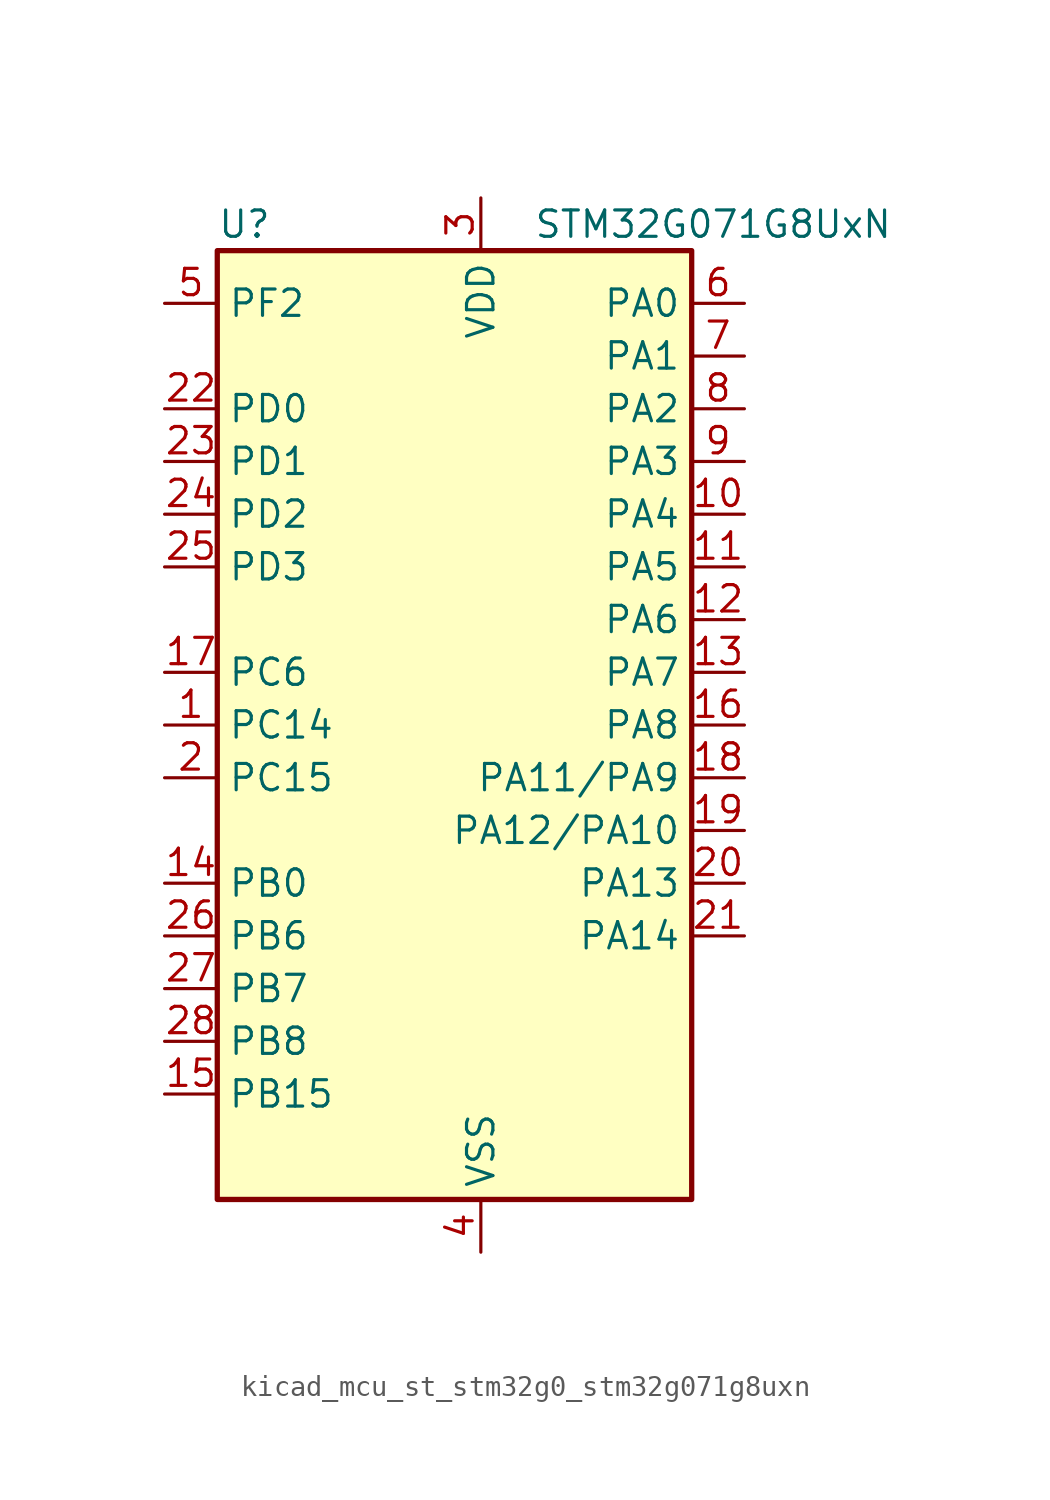
<source format=kicad_sym>
(kicad_symbol_lib
  (version 20220914)
  (generator kicad_symbol_editor)
  (symbol "kicad_mcu_st_stm32g0_stm32g071g8uxn"
    (property "Reference" "U"
      (at -10.16 24.13 0)
      (effects (font (size 1.27 1.27)) (justify left)))
    (property "Value" "STM32G071G8UxN"
      (at 5.08 24.13 0)
      (effects (font (size 1.27 1.27)) (justify left)))
    (property "ki_locked" ""
      (at 0 0 0)
      (effects (font (size 1.27 1.27))))
    (symbol "kicad_mcu_st_stm32g0_stm32g071g8uxn_0_1"
      (rectangle (start -10.16 -22.86) (end 12.7 22.86) (stroke (width 0.254) (type default)) (fill (type background))))
    (symbol "kicad_mcu_st_stm32g0_stm32g071g8uxn_1_1"
      (pin bidirectional line (at -12.7 0 0) (length 2.54) (name "PC14" (effects (font (size 1.27 1.27)))) (number "1" (effects (font (size 1.27 1.27)))) (alternate "RCC_OSC32_IN" bidirectional line) (alternate "RCC_OSC_IN" bidirectional line) (alternate "TIM1_BK2" bidirectional line))
      (pin bidirectional line (at 15.24 10.16 180) (length 2.54) (name "PA4" (effects (font (size 1.27 1.27)))) (number "10" (effects (font (size 1.27 1.27)))) (alternate "ADC1_IN4" bidirectional line) (alternate "DAC1_OUT1" bidirectional line) (alternate "I2S1_WS" bidirectional line) (alternate "LPTIM2_OUT" bidirectional line) (alternate "RTC_OUT_ALARM" bidirectional line) (alternate "RTC_OUT_CALIB" bidirectional line) (alternate "RTC_TAMP_IN1" bidirectional line) (alternate "RTC_TS" bidirectional line) (alternate "SPI1_NSS" bidirectional line) (alternate "SPI2_MOSI" bidirectional line) (alternate "SYS_WKUP2" bidirectional line) (alternate "TIM14_CH1" bidirectional line) (alternate "UCPD2_FRSTX1" bidirectional line) (alternate "UCPD2_FRSTX2" bidirectional line))
      (pin bidirectional line (at 15.24 7.62 180) (length 2.54) (name "PA5" (effects (font (size 1.27 1.27)))) (number "11" (effects (font (size 1.27 1.27)))) (alternate "ADC1_IN5" bidirectional line) (alternate "CEC" bidirectional line) (alternate "DAC1_OUT2" bidirectional line) (alternate "I2S1_CK" bidirectional line) (alternate "LPTIM2_ETR" bidirectional line) (alternate "SPI1_SCK" bidirectional line) (alternate "TIM2_CH1" bidirectional line) (alternate "TIM2_ETR" bidirectional line) (alternate "UCPD1_FRSTX1" bidirectional line) (alternate "UCPD1_FRSTX2" bidirectional line) (alternate "USART3_TX" bidirectional line))
      (pin bidirectional line (at 15.24 5.08 180) (length 2.54) (name "PA6" (effects (font (size 1.27 1.27)))) (number "12" (effects (font (size 1.27 1.27)))) (alternate "ADC1_IN6" bidirectional line) (alternate "COMP1_OUT" bidirectional line) (alternate "I2S1_MCK" bidirectional line) (alternate "LPUART1_CTS" bidirectional line) (alternate "SPI1_MISO" bidirectional line) (alternate "TIM16_CH1" bidirectional line) (alternate "TIM1_BK" bidirectional line) (alternate "TIM3_CH1" bidirectional line) (alternate "USART3_CTS" bidirectional line) (alternate "USART3_NSS" bidirectional line))
      (pin bidirectional line (at 15.24 2.54 180) (length 2.54) (name "PA7" (effects (font (size 1.27 1.27)))) (number "13" (effects (font (size 1.27 1.27)))) (alternate "ADC1_IN7" bidirectional line) (alternate "COMP2_OUT" bidirectional line) (alternate "I2S1_SD" bidirectional line) (alternate "SPI1_MOSI" bidirectional line) (alternate "TIM14_CH1" bidirectional line) (alternate "TIM17_CH1" bidirectional line) (alternate "TIM1_CH1N" bidirectional line) (alternate "TIM3_CH2" bidirectional line) (alternate "UCPD1_FRSTX1" bidirectional line) (alternate "UCPD1_FRSTX2" bidirectional line))
      (pin bidirectional line (at -12.7 -7.62 0) (length 2.54) (name "PB0" (effects (font (size 1.27 1.27)))) (number "14" (effects (font (size 1.27 1.27)))) (alternate "ADC1_IN8" bidirectional line) (alternate "COMP1_OUT" bidirectional line) (alternate "I2S1_WS" bidirectional line) (alternate "LPTIM1_OUT" bidirectional line) (alternate "SPI1_NSS" bidirectional line) (alternate "TIM1_CH2N" bidirectional line) (alternate "TIM3_CH3" bidirectional line) (alternate "UCPD1_DBCC2" bidirectional line) (alternate "UCPD1_FRSTX1" bidirectional line) (alternate "UCPD1_FRSTX2" bidirectional line) (alternate "USART3_RX" bidirectional line))
      (pin bidirectional line (at -12.7 -17.78 0) (length 2.54) (name "PB15" (effects (font (size 1.27 1.27)))) (number "15" (effects (font (size 1.27 1.27)))) (alternate "RTC_REFIN" bidirectional line) (alternate "SPI2_MOSI" bidirectional line) (alternate "TIM15_CH1N" bidirectional line) (alternate "TIM15_CH2" bidirectional line) (alternate "TIM1_CH3N" bidirectional line) (alternate "UCPD1_CC2" bidirectional line))
      (pin bidirectional line (at 15.24 0 180) (length 2.54) (name "PA8" (effects (font (size 1.27 1.27)))) (number "16" (effects (font (size 1.27 1.27)))) (alternate "LPTIM2_OUT" bidirectional line) (alternate "RCC_MCO" bidirectional line) (alternate "SPI2_NSS" bidirectional line) (alternate "TIM1_CH1" bidirectional line) (alternate "UCPD1_CC1" bidirectional line))
      (pin bidirectional line (at -12.7 2.54 0) (length 2.54) (name "PC6" (effects (font (size 1.27 1.27)))) (number "17" (effects (font (size 1.27 1.27)))) (alternate "TIM2_CH3" bidirectional line) (alternate "TIM3_CH1" bidirectional line) (alternate "UCPD1_DBCC1" bidirectional line) (alternate "UCPD1_FRSTX1" bidirectional line) (alternate "UCPD1_FRSTX2" bidirectional line))
      (pin bidirectional line (at 15.24 -2.54 180) (length 2.54) (name "PA11/PA9" (effects (font (size 1.27 1.27)))) (number "18" (effects (font (size 1.27 1.27)))) (alternate "ADC1_EXTI11" bidirectional line) (alternate "COMP1_OUT" bidirectional line) (alternate "I2C2_SCL" bidirectional line) (alternate "I2S1_MCK" bidirectional line) (alternate "SPI1_MISO" bidirectional line) (alternate "TIM1_BK2" bidirectional line) (alternate "TIM1_CH4" bidirectional line) (alternate "USART1_CTS" bidirectional line) (alternate "USART1_NSS" bidirectional line))
      (pin bidirectional line (at 15.24 -5.08 180) (length 2.54) (name "PA12/PA10" (effects (font (size 1.27 1.27)))) (number "19" (effects (font (size 1.27 1.27)))) (alternate "COMP2_OUT" bidirectional line) (alternate "I2C2_SDA" bidirectional line) (alternate "I2S1_SD" bidirectional line) (alternate "I2S_CKIN" bidirectional line) (alternate "SPI1_MOSI" bidirectional line) (alternate "TIM1_ETR" bidirectional line) (alternate "USART1_CK" bidirectional line) (alternate "USART1_DE" bidirectional line) (alternate "USART1_RTS" bidirectional line))
      (pin bidirectional line (at -12.7 -2.54 0) (length 2.54) (name "PC15" (effects (font (size 1.27 1.27)))) (number "2" (effects (font (size 1.27 1.27)))) (alternate "RCC_OSC32_EN" bidirectional line) (alternate "RCC_OSC32_OUT" bidirectional line) (alternate "RCC_OSC_EN" bidirectional line) (alternate "TIM15_BK" bidirectional line))
      (pin bidirectional line (at 15.24 -7.62 180) (length 2.54) (name "PA13" (effects (font (size 1.27 1.27)))) (number "20" (effects (font (size 1.27 1.27)))) (alternate "IR_OUT" bidirectional line) (alternate "SYS_SWDIO" bidirectional line))
      (pin bidirectional line (at 15.24 -10.16 180) (length 2.54) (name "PA14" (effects (font (size 1.27 1.27)))) (number "21" (effects (font (size 1.27 1.27)))) (alternate "SYS_SWCLK" bidirectional line) (alternate "USART2_TX" bidirectional line))
      (pin bidirectional line (at -12.7 15.24 0) (length 2.54) (name "PD0" (effects (font (size 1.27 1.27)))) (number "22" (effects (font (size 1.27 1.27)))) (alternate "SPI2_NSS" bidirectional line) (alternate "TIM16_CH1" bidirectional line) (alternate "UCPD2_CC1" bidirectional line))
      (pin bidirectional line (at -12.7 12.7 0) (length 2.54) (name "PD1" (effects (font (size 1.27 1.27)))) (number "23" (effects (font (size 1.27 1.27)))) (alternate "SPI2_SCK" bidirectional line) (alternate "TIM17_CH1" bidirectional line) (alternate "UCPD2_DBCC1" bidirectional line))
      (pin bidirectional line (at -12.7 10.16 0) (length 2.54) (name "PD2" (effects (font (size 1.27 1.27)))) (number "24" (effects (font (size 1.27 1.27)))) (alternate "TIM1_CH1N" bidirectional line) (alternate "TIM3_ETR" bidirectional line) (alternate "UCPD2_CC2" bidirectional line) (alternate "USART3_CK" bidirectional line) (alternate "USART3_DE" bidirectional line) (alternate "USART3_RTS" bidirectional line))
      (pin bidirectional line (at -12.7 7.62 0) (length 2.54) (name "PD3" (effects (font (size 1.27 1.27)))) (number "25" (effects (font (size 1.27 1.27)))) (alternate "SPI2_MISO" bidirectional line) (alternate "TIM1_CH2N" bidirectional line) (alternate "UCPD2_DBCC2" bidirectional line) (alternate "USART2_CTS" bidirectional line) (alternate "USART2_NSS" bidirectional line))
      (pin bidirectional line (at -12.7 -10.16 0) (length 2.54) (name "PB6" (effects (font (size 1.27 1.27)))) (number "26" (effects (font (size 1.27 1.27)))) (alternate "COMP2_INP" bidirectional line) (alternate "I2C1_SCL" bidirectional line) (alternate "LPTIM1_ETR" bidirectional line) (alternate "SPI2_MISO" bidirectional line) (alternate "TIM16_CH1N" bidirectional line) (alternate "TIM1_CH3" bidirectional line) (alternate "USART1_TX" bidirectional line))
      (pin bidirectional line (at -12.7 -12.7 0) (length 2.54) (name "PB7" (effects (font (size 1.27 1.27)))) (number "27" (effects (font (size 1.27 1.27)))) (alternate "COMP2_INM" bidirectional line) (alternate "I2C1_SDA" bidirectional line) (alternate "LPTIM1_IN2" bidirectional line) (alternate "SPI2_MOSI" bidirectional line) (alternate "SYS_PVD_IN" bidirectional line) (alternate "TIM17_CH1N" bidirectional line) (alternate "USART1_RX" bidirectional line) (alternate "USART4_CTS" bidirectional line) (alternate "USART4_NSS" bidirectional line))
      (pin bidirectional line (at -12.7 -15.24 0) (length 2.54) (name "PB8" (effects (font (size 1.27 1.27)))) (number "28" (effects (font (size 1.27 1.27)))) (alternate "CEC" bidirectional line) (alternate "I2C1_SCL" bidirectional line) (alternate "SPI2_SCK" bidirectional line) (alternate "TIM15_BK" bidirectional line) (alternate "TIM16_CH1" bidirectional line) (alternate "USART3_TX" bidirectional line))
      (pin power_in line (at 2.54 25.4 270) (length 2.54) (name "VDD" (effects (font (size 1.27 1.27)))) (number "3" (effects (font (size 1.27 1.27)))))
      (pin power_in line (at 2.54 -25.4 90) (length 2.54) (name "VSS" (effects (font (size 1.27 1.27)))) (number "4" (effects (font (size 1.27 1.27)))))
      (pin bidirectional line (at -12.7 20.32 0) (length 2.54) (name "PF2" (effects (font (size 1.27 1.27)))) (number "5" (effects (font (size 1.27 1.27)))) (alternate "RCC_MCO" bidirectional line))
      (pin bidirectional line (at 15.24 20.32 180) (length 2.54) (name "PA0" (effects (font (size 1.27 1.27)))) (number "6" (effects (font (size 1.27 1.27)))) (alternate "ADC1_IN0" bidirectional line) (alternate "COMP1_INM" bidirectional line) (alternate "COMP1_OUT" bidirectional line) (alternate "LPTIM1_OUT" bidirectional line) (alternate "RTC_TAMP_IN2" bidirectional line) (alternate "SPI2_SCK" bidirectional line) (alternate "SYS_WKUP1" bidirectional line) (alternate "TIM2_CH1" bidirectional line) (alternate "TIM2_ETR" bidirectional line) (alternate "UCPD2_FRSTX1" bidirectional line) (alternate "UCPD2_FRSTX2" bidirectional line) (alternate "USART2_CTS" bidirectional line) (alternate "USART2_NSS" bidirectional line) (alternate "USART4_TX" bidirectional line))
      (pin bidirectional line (at 15.24 17.78 180) (length 2.54) (name "PA1" (effects (font (size 1.27 1.27)))) (number "7" (effects (font (size 1.27 1.27)))) (alternate "ADC1_IN1" bidirectional line) (alternate "COMP1_INP" bidirectional line) (alternate "I2C1_SMBA" bidirectional line) (alternate "I2S1_CK" bidirectional line) (alternate "SPI1_SCK" bidirectional line) (alternate "TIM15_CH1N" bidirectional line) (alternate "TIM2_CH2" bidirectional line) (alternate "USART2_CK" bidirectional line) (alternate "USART2_DE" bidirectional line) (alternate "USART2_RTS" bidirectional line) (alternate "USART4_RX" bidirectional line))
      (pin bidirectional line (at 15.24 15.24 180) (length 2.54) (name "PA2" (effects (font (size 1.27 1.27)))) (number "8" (effects (font (size 1.27 1.27)))) (alternate "ADC1_IN2" bidirectional line) (alternate "COMP2_INM" bidirectional line) (alternate "COMP2_OUT" bidirectional line) (alternate "I2S1_SD" bidirectional line) (alternate "LPUART1_TX" bidirectional line) (alternate "RCC_LSCO" bidirectional line) (alternate "SPI1_MOSI" bidirectional line) (alternate "SYS_WKUP4" bidirectional line) (alternate "TIM15_CH1" bidirectional line) (alternate "TIM2_CH3" bidirectional line) (alternate "UCPD1_FRSTX1" bidirectional line) (alternate "UCPD1_FRSTX2" bidirectional line) (alternate "USART2_TX" bidirectional line))
      (pin bidirectional line (at 15.24 12.7 180) (length 2.54) (name "PA3" (effects (font (size 1.27 1.27)))) (number "9" (effects (font (size 1.27 1.27)))) (alternate "ADC1_IN3" bidirectional line) (alternate "COMP2_INP" bidirectional line) (alternate "LPUART1_RX" bidirectional line) (alternate "SPI2_MISO" bidirectional line) (alternate "TIM15_CH2" bidirectional line) (alternate "TIM2_CH4" bidirectional line) (alternate "UCPD2_FRSTX1" bidirectional line) (alternate "UCPD2_FRSTX2" bidirectional line) (alternate "USART2_RX" bidirectional line)))))
</source>
